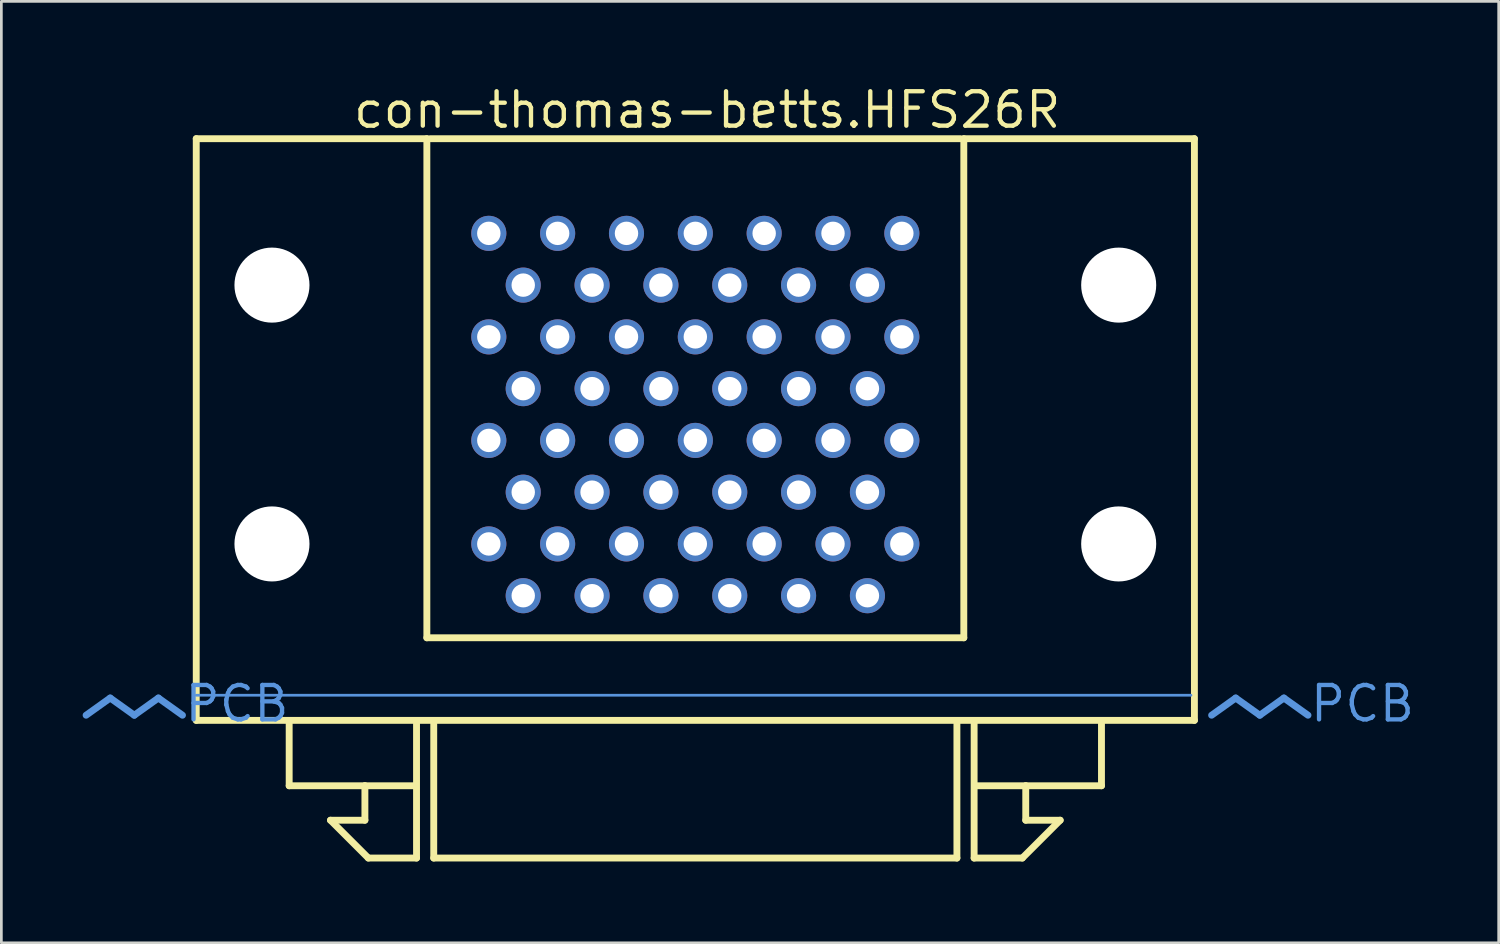
<source format=kicad_pcb>
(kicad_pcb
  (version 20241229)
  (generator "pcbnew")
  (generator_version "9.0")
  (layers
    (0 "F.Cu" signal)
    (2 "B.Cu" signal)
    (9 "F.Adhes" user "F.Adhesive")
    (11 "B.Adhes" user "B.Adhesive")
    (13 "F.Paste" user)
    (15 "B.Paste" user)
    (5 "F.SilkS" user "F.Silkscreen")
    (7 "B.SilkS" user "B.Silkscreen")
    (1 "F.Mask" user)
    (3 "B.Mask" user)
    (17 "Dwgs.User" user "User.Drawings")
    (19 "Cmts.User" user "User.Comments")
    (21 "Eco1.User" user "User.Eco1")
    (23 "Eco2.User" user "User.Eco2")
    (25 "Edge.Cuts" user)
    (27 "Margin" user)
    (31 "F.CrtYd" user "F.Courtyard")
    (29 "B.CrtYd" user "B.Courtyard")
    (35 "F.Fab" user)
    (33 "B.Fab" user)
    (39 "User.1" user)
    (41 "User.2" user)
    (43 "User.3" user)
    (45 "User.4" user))
  (footprint "con-thomas-betts.HFS26R"
    (layer "F.Cu")
    (at 22.606 22.07)
    (property "Reference" "con-thomas-betts.HFS26R" (at -12.7 -20.32 0) (layer "F.SilkS") (effects (font (size 1.27 1.27) (thickness 0.16)) (justify left bottom)))
    (attr through_hole)
    (fp_line (start -18.415 -20.003) (end -9.906 -20.003) (stroke (width 0.254) (type default)) (layer "F.SilkS"))
    (fp_line (start -18.415 1.46) (end -18.415 -20.003) (stroke (width 0.254) (type default)) (layer "F.SilkS"))
    (fp_line (start -14.986 3.873) (end -14.986 1.587) (stroke (width 0.254) (type default)) (layer "F.SilkS"))
    (fp_line (start -13.462 5.144) (end -12.192 5.144) (stroke (width 0.254) (type default)) (layer "F.SilkS"))
    (fp_line (start -12.192 3.873) (end -14.986 3.873) (stroke (width 0.254) (type default)) (layer "F.SilkS"))
    (fp_line (start -12.192 3.873) (end -10.414 3.873) (stroke (width 0.254) (type default)) (layer "F.SilkS"))
    (fp_line (start -12.192 5.144) (end -12.192 3.873) (stroke (width 0.254) (type default)) (layer "F.SilkS"))
    (fp_line (start -12.065 6.54) (end -13.462 5.144) (stroke (width 0.254) (type default)) (layer "F.SilkS"))
    (fp_line (start -10.287 1.587) (end -10.287 6.54) (stroke (width 0.254) (type default)) (layer "F.SilkS"))
    (fp_line (start -10.287 6.54) (end -12.065 6.54) (stroke (width 0.254) (type default)) (layer "F.SilkS"))
    (fp_line (start -9.906 -20.003) (end -9.906 -1.587) (stroke (width 0.254) (type default)) (layer "F.SilkS"))
    (fp_line (start -9.906 -1.587) (end 9.906 -1.587) (stroke (width 0.254) (type default)) (layer "F.SilkS"))
    (fp_line (start -9.779 -20.003) (end 9.779 -20.003) (stroke (width 0.254) (type default)) (layer "F.SilkS"))
    (fp_line (start -9.652 6.54) (end -9.652 1.587) (stroke (width 0.254) (type default)) (layer "F.SilkS"))
    (fp_line (start 9.652 1.587) (end 9.652 6.54) (stroke (width 0.254) (type default)) (layer "F.SilkS"))
    (fp_line (start 9.652 6.54) (end -9.652 6.54) (stroke (width 0.254) (type default)) (layer "F.SilkS"))
    (fp_line (start 9.906 -20.003) (end 18.415 -20.003) (stroke (width 0.254) (type default)) (layer "F.SilkS"))
    (fp_line (start 9.906 -1.587) (end 9.906 -20.003) (stroke (width 0.254) (type default)) (layer "F.SilkS"))
    (fp_line (start 10.287 1.587) (end 10.287 6.54) (stroke (width 0.254) (type default)) (layer "F.SilkS"))
    (fp_line (start 10.287 6.54) (end 12.065 6.54) (stroke (width 0.254) (type default)) (layer "F.SilkS"))
    (fp_line (start 12.065 6.54) (end 13.462 5.144) (stroke (width 0.254) (type default)) (layer "F.SilkS"))
    (fp_line (start 12.192 3.873) (end 10.414 3.873) (stroke (width 0.254) (type default)) (layer "F.SilkS"))
    (fp_line (start 12.192 3.873) (end 14.986 3.873) (stroke (width 0.254) (type default)) (layer "F.SilkS"))
    (fp_line (start 12.192 5.144) (end 12.192 3.873) (stroke (width 0.254) (type default)) (layer "F.SilkS"))
    (fp_line (start 13.462 5.144) (end 12.192 5.144) (stroke (width 0.254) (type default)) (layer "F.SilkS"))
    (fp_line (start 14.986 3.873) (end 14.986 1.587) (stroke (width 0.254) (type default)) (layer "F.SilkS"))
    (fp_line (start 18.415 -20.003) (end 18.415 1.46) (stroke (width 0.254) (type default)) (layer "F.SilkS"))
    (fp_line (start 18.415 1.46) (end -18.415 1.46) (stroke (width 0.254) (type default)) (layer "F.SilkS"))
    (fp_line (start -21.59 0.635) (end -22.479 1.27) (stroke (width 0.254) (type default)) (layer "Cmts.User"))
    (fp_line (start -21.59 0.635) (end -20.701 1.27) (stroke (width 0.254) (type default)) (layer "Cmts.User"))
    (fp_line (start -19.812 0.635) (end -20.701 1.27) (stroke (width 0.254) (type default)) (layer "Cmts.User"))
    (fp_line (start -19.812 0.635) (end -18.923 1.27) (stroke (width 0.254) (type default)) (layer "Cmts.User"))
    (fp_line (start -18.415 0.533) (end 18.288 0.533) (stroke (width 0.1) (type default)) (layer "Cmts.User"))
    (fp_line (start 19.939 0.635) (end 19.05 1.27) (stroke (width 0.254) (type default)) (layer "Cmts.User"))
    (fp_line (start 19.939 0.635) (end 20.828 1.27) (stroke (width 0.254) (type default)) (layer "Cmts.User"))
    (fp_line (start 21.717 0.635) (end 20.828 1.27) (stroke (width 0.254) (type default)) (layer "Cmts.User"))
    (fp_line (start 21.717 0.635) (end 22.606 1.27) (stroke (width 0.254) (type default)) (layer "Cmts.User"))
    (fp_text user "PCB" (at 22.606 1.587 180) (layer "Cmts.User") (effects (font (size 1.27 1.27) (thickness 0.16)) (justify left bottom)))
    (fp_text user "PCB" (at -18.923 1.587 180) (layer "Cmts.User") (effects (font (size 1.27 1.27) (thickness 0.16)) (justify left bottom)))
    (pad "" np_thru_hole circle (at -15.621 -14.6) (size 2.769 2.769) (drill 2.769) (layers "*.Cu" "*.Mask"))
    (pad "" np_thru_hole circle (at -15.621 -5.05) (size 2.769 2.769) (drill 2.769) (layers "*.Cu" "*.Mask"))
    (pad "" np_thru_hole circle (at 15.621 -14.6) (size 2.769 2.769) (drill 2.769) (layers "*.Cu" "*.Mask"))
    (pad "" np_thru_hole circle (at 15.621 -5.05) (size 2.769 2.769) (drill 2.769) (layers "*.Cu" "*.Mask"))
    (pad "1-1" thru_hole circle (at 7.62 -8.87) (size 1.295 1.295) (drill 0.864) (layers "*.Cu" "*.Mask"))
    (pad "1-2" thru_hole circle (at 6.35 -6.96) (size 1.295 1.295) (drill 0.864) (layers "*.Cu" "*.Mask"))
    (pad "1-3" thru_hole circle (at 5.08 -8.87) (size 1.295 1.295) (drill 0.864) (layers "*.Cu" "*.Mask"))
    (pad "1-4" thru_hole circle (at 3.81 -6.96) (size 1.295 1.295) (drill 0.864) (layers "*.Cu" "*.Mask"))
    (pad "1-5" thru_hole circle (at 2.54 -8.87) (size 1.295 1.295) (drill 0.864) (layers "*.Cu" "*.Mask"))
    (pad "1-6" thru_hole circle (at 1.27 -6.96) (size 1.295 1.295) (drill 0.864) (layers "*.Cu" "*.Mask"))
    (pad "1-7" thru_hole circle (at 0 -8.87) (size 1.295 1.295) (drill 0.864) (layers "*.Cu" "*.Mask"))
    (pad "1-8" thru_hole circle (at -1.27 -6.96) (size 1.295 1.295) (drill 0.864) (layers "*.Cu" "*.Mask"))
    (pad "1-9" thru_hole circle (at -2.54 -8.87) (size 1.295 1.295) (drill 0.864) (layers "*.Cu" "*.Mask"))
    (pad "1-10" thru_hole circle (at -3.81 -6.96) (size 1.295 1.295) (drill 0.864) (layers "*.Cu" "*.Mask"))
    (pad "1-11" thru_hole circle (at -5.08 -8.87) (size 1.295 1.295) (drill 0.864) (layers "*.Cu" "*.Mask"))
    (pad "1-12" thru_hole circle (at -6.35 -6.96) (size 1.295 1.295) (drill 0.864) (layers "*.Cu" "*.Mask"))
    (pad "1-13" thru_hole circle (at -7.62 -8.87) (size 1.295 1.295) (drill 0.864) (layers "*.Cu" "*.Mask"))
    (pad "1-14" thru_hole circle (at 7.62 -5.05) (size 1.295 1.295) (drill 0.864) (layers "*.Cu" "*.Mask"))
    (pad "1-15" thru_hole circle (at 6.35 -3.14) (size 1.295 1.295) (drill 0.864) (layers "*.Cu" "*.Mask"))
    (pad "1-16" thru_hole circle (at 5.08 -5.05) (size 1.295 1.295) (drill 0.864) (layers "*.Cu" "*.Mask"))
    (pad "1-17" thru_hole circle (at 3.81 -3.14) (size 1.295 1.295) (drill 0.864) (layers "*.Cu" "*.Mask"))
    (pad "1-18" thru_hole circle (at 2.54 -5.05) (size 1.295 1.295) (drill 0.864) (layers "*.Cu" "*.Mask"))
    (pad "1-19" thru_hole circle (at 1.27 -3.14) (size 1.295 1.295) (drill 0.864) (layers "*.Cu" "*.Mask"))
    (pad "1-20" thru_hole circle (at 0 -5.05) (size 1.295 1.295) (drill 0.864) (layers "*.Cu" "*.Mask"))
    (pad "1-21" thru_hole circle (at -1.27 -3.14) (size 1.295 1.295) (drill 0.864) (layers "*.Cu" "*.Mask"))
    (pad "1-22" thru_hole circle (at -2.54 -5.05) (size 1.295 1.295) (drill 0.864) (layers "*.Cu" "*.Mask"))
    (pad "1-23" thru_hole circle (at -3.81 -3.14) (size 1.295 1.295) (drill 0.864) (layers "*.Cu" "*.Mask"))
    (pad "1-24" thru_hole circle (at -5.08 -5.05) (size 1.295 1.295) (drill 0.864) (layers "*.Cu" "*.Mask"))
    (pad "1-25" thru_hole circle (at -6.35 -3.14) (size 1.295 1.295) (drill 0.864) (layers "*.Cu" "*.Mask"))
    (pad "1-26" thru_hole circle (at -7.62 -5.05) (size 1.295 1.295) (drill 0.864) (layers "*.Cu" "*.Mask"))
    (pad "2-1" thru_hole circle (at 7.62 -16.51) (size 1.295 1.295) (drill 0.864) (layers "*.Cu" "*.Mask"))
    (pad "2-2" thru_hole circle (at 6.35 -14.6) (size 1.295 1.295) (drill 0.864) (layers "*.Cu" "*.Mask"))
    (pad "2-3" thru_hole circle (at 5.08 -16.51) (size 1.295 1.295) (drill 0.864) (layers "*.Cu" "*.Mask"))
    (pad "2-4" thru_hole circle (at 3.81 -14.6) (size 1.295 1.295) (drill 0.864) (layers "*.Cu" "*.Mask"))
    (pad "2-5" thru_hole circle (at 2.54 -16.51) (size 1.295 1.295) (drill 0.864) (layers "*.Cu" "*.Mask"))
    (pad "2-6" thru_hole circle (at 1.27 -14.6) (size 1.295 1.295) (drill 0.864) (layers "*.Cu" "*.Mask"))
    (pad "2-7" thru_hole circle (at 0 -16.51) (size 1.295 1.295) (drill 0.864) (layers "*.Cu" "*.Mask"))
    (pad "2-8" thru_hole circle (at -1.27 -14.6) (size 1.295 1.295) (drill 0.864) (layers "*.Cu" "*.Mask"))
    (pad "2-9" thru_hole circle (at -2.54 -16.51) (size 1.295 1.295) (drill 0.864) (layers "*.Cu" "*.Mask"))
    (pad "2-10" thru_hole circle (at -3.81 -14.6) (size 1.295 1.295) (drill 0.864) (layers "*.Cu" "*.Mask"))
    (pad "2-11" thru_hole circle (at -5.08 -16.51) (size 1.295 1.295) (drill 0.864) (layers "*.Cu" "*.Mask"))
    (pad "2-12" thru_hole circle (at -6.35 -14.6) (size 1.295 1.295) (drill 0.864) (layers "*.Cu" "*.Mask"))
    (pad "2-13" thru_hole circle (at -7.62 -16.51) (size 1.295 1.295) (drill 0.864) (layers "*.Cu" "*.Mask"))
    (pad "2-14" thru_hole circle (at 7.62 -12.69) (size 1.295 1.295) (drill 0.864) (layers "*.Cu" "*.Mask"))
    (pad "2-15" thru_hole circle (at 6.35 -10.78) (size 1.295 1.295) (drill 0.864) (layers "*.Cu" "*.Mask"))
    (pad "2-16" thru_hole circle (at 5.08 -12.69) (size 1.295 1.295) (drill 0.864) (layers "*.Cu" "*.Mask"))
    (pad "2-17" thru_hole circle (at 3.81 -10.78) (size 1.295 1.295) (drill 0.864) (layers "*.Cu" "*.Mask"))
    (pad "2-18" thru_hole circle (at 2.54 -12.69) (size 1.295 1.295) (drill 0.864) (layers "*.Cu" "*.Mask"))
    (pad "2-19" thru_hole circle (at 1.27 -10.78) (size 1.295 1.295) (drill 0.864) (layers "*.Cu" "*.Mask"))
    (pad "2-20" thru_hole circle (at 0 -12.69) (size 1.295 1.295) (drill 0.864) (layers "*.Cu" "*.Mask"))
    (pad "2-21" thru_hole circle (at -1.27 -10.78) (size 1.295 1.295) (drill 0.864) (layers "*.Cu" "*.Mask"))
    (pad "2-22" thru_hole circle (at -2.54 -12.69) (size 1.295 1.295) (drill 0.864) (layers "*.Cu" "*.Mask"))
    (pad "2-23" thru_hole circle (at -3.81 -10.78) (size 1.295 1.295) (drill 0.864) (layers "*.Cu" "*.Mask"))
    (pad "2-24" thru_hole circle (at -5.08 -12.69) (size 1.295 1.295) (drill 0.864) (layers "*.Cu" "*.Mask"))
    (pad "2-25" thru_hole circle (at -6.35 -10.78) (size 1.295 1.295) (drill 0.864) (layers "*.Cu" "*.Mask"))
    (pad "2-26" thru_hole circle (at -7.62 -12.69) (size 1.295 1.295) (drill 0.864) (layers "*.Cu" "*.Mask")))
  (gr_rect
    (start -3 -3)
    (end 52.248 31.738)
    (stroke (width 0.1) (type default))
    (fill no)
    (layer "Edge.Cuts")))
</source>
